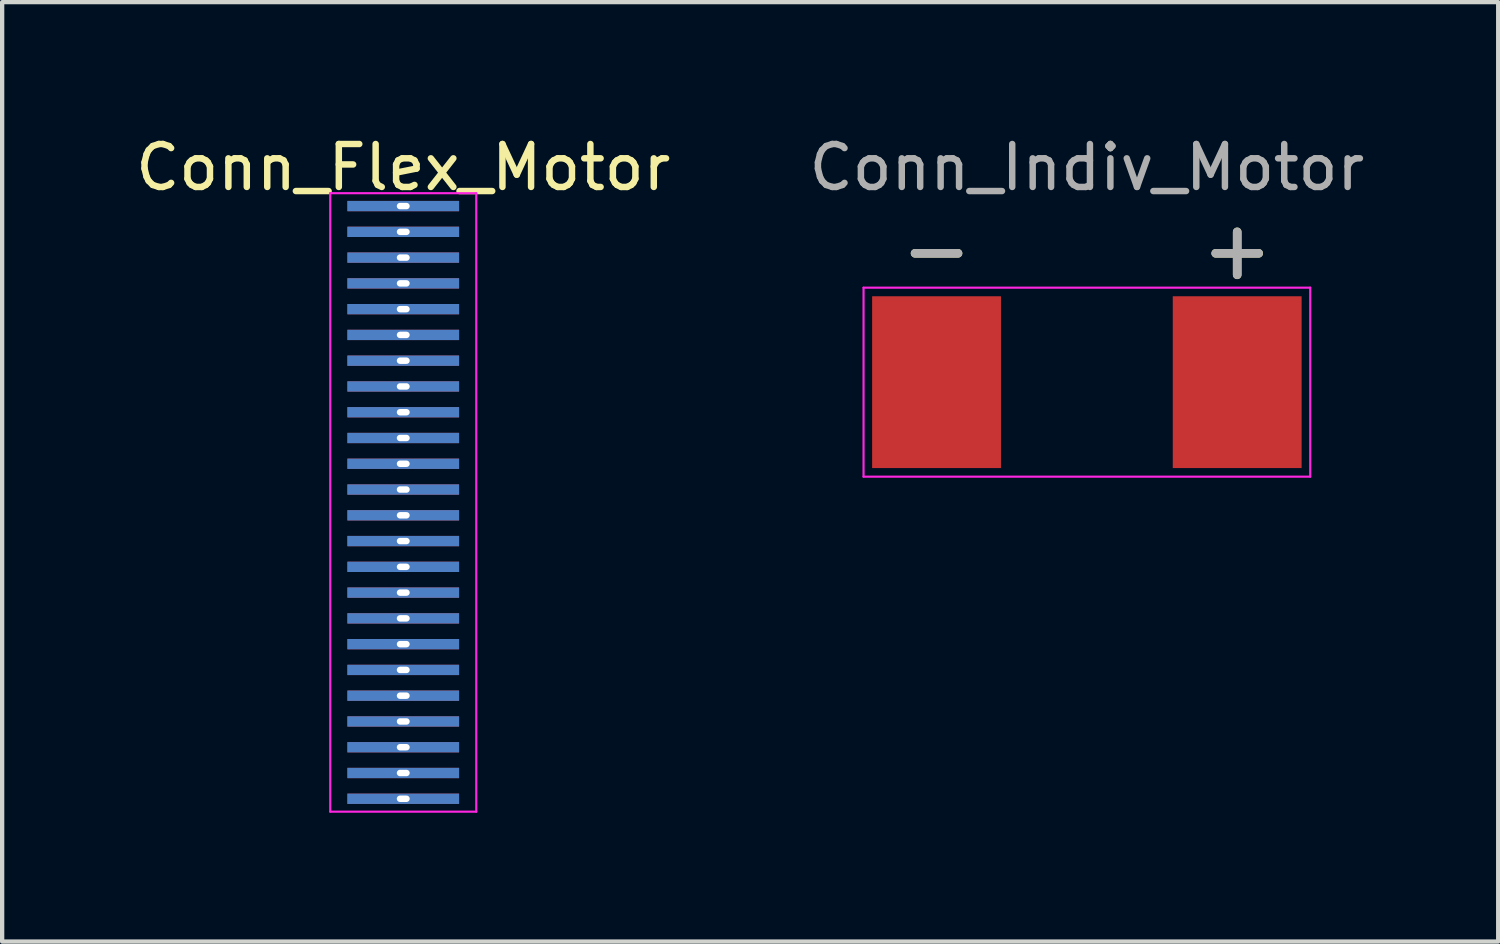
<source format=kicad_pcb>
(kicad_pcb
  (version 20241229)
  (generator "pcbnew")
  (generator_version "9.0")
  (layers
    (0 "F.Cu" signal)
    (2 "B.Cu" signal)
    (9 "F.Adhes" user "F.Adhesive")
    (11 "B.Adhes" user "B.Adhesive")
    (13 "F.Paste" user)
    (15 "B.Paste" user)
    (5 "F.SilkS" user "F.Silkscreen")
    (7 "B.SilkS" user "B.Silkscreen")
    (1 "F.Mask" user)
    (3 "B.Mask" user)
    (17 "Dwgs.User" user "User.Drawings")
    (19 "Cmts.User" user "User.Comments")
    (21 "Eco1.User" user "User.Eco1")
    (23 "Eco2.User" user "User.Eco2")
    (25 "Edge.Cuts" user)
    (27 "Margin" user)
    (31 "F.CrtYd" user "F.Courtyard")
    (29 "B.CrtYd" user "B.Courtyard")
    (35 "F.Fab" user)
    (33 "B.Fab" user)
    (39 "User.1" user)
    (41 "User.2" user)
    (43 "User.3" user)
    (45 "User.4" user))
  (footprint "Conn_Indiv_Motor"
    (layer "F.Cu")
    (at 22.256 5.848)
    (property "Reference" "Conn_Indiv_Motor" (at 0 -5 0) (layer "F.Fab") (effects (font (size 1 1) (thickness 0.15))))
    (attr through_hole)
    (fp_line (start -4 -3) (end -3 -3) (stroke (width 0.2) (type solid)) (layer "F.SilkS"))
    (fp_line (start 3 -3) (end 4 -3) (stroke (width 0.2) (type solid)) (layer "F.SilkS"))
    (fp_line (start 3.5 -2.5) (end 3.5 -3.5) (stroke (width 0.2) (type solid)) (layer "F.SilkS"))
    (fp_line (start -5.2 -2.2) (end 5.2 -2.2) (stroke (width 0.05) (type solid)) (layer "F.CrtYd"))
    (fp_line (start -5.2 2.2) (end -5.2 -2.2) (stroke (width 0.05) (type solid)) (layer "F.CrtYd"))
    (fp_line (start 5.2 -2.2) (end 5.2 2.2) (stroke (width 0.05) (type solid)) (layer "F.CrtYd"))
    (fp_line (start 5.2 2.2) (end -5.2 2.2) (stroke (width 0.05) (type solid)) (layer "F.CrtYd"))
    (fp_line (start -4 -3) (end -3 -3) (stroke (width 0.2) (type solid)) (layer "F.Fab"))
    (fp_line (start 3 -3) (end 4 -3) (stroke (width 0.2) (type solid)) (layer "F.Fab"))
    (fp_line (start 3.5 -2.5) (end 3.5 -3.5) (stroke (width 0.2) (type solid)) (layer "F.Fab"))
    (pad "1" smd rect (at 3.5 0) (size 3 4) (layers "F.Cu" "F.Mask"))
    (pad "2" smd rect (at -3.5 0) (size 3 4) (layers "F.Cu" "F.Mask")))
  (footprint "Conn_Flex_Motor"
    (layer "F.Cu")
    (at 6.339 8.648)
    (property "Reference" "Conn_Flex_Motor" (at 0 -7.8 0) (layer "F.SilkS") (effects (font (size 1 1) (thickness 0.15))))
    (attr through_hole)
    (fp_line (start -1.7 -7.2) (end 1.7 -7.2) (stroke (width 0.05) (type solid)) (layer "F.CrtYd"))
    (fp_line (start -1.7 7.2) (end -1.7 -7.2) (stroke (width 0.05) (type solid)) (layer "F.CrtYd"))
    (fp_line (start 1.7 -7.2) (end 1.7 7.2) (stroke (width 0.05) (type solid)) (layer "F.CrtYd"))
    (fp_line (start 1.7 7.2) (end -1.7 7.2) (stroke (width 0.05) (type solid)) (layer "F.CrtYd"))
    (pad "1" thru_hole rect (at 0 -6.9) (size 2.6 0.24) (drill oval 0.3 0.15) (layers "*.Cu" "*.Mask"))
    (pad "2" thru_hole rect (at 0 -6.3) (size 2.6 0.24) (drill oval 0.3 0.15) (layers "*.Cu" "*.Mask"))
    (pad "3" thru_hole rect (at 0 -5.7) (size 2.6 0.24) (drill oval 0.3 0.15) (layers "*.Cu" "*.Mask"))
    (pad "4" thru_hole rect (at 0 -5.1) (size 2.6 0.24) (drill oval 0.3 0.15) (layers "*.Cu" "*.Mask"))
    (pad "5" thru_hole rect (at 0 -4.5) (size 2.6 0.24) (drill oval 0.3 0.15) (layers "*.Cu" "*.Mask"))
    (pad "6" thru_hole rect (at 0 -3.9) (size 2.6 0.24) (drill oval 0.3 0.15) (layers "*.Cu" "*.Mask"))
    (pad "7" thru_hole rect (at 0 -3.3) (size 2.6 0.24) (drill oval 0.3 0.15) (layers "*.Cu" "*.Mask"))
    (pad "8" thru_hole rect (at 0 -2.7) (size 2.6 0.24) (drill oval 0.3 0.15) (layers "*.Cu" "*.Mask"))
    (pad "9" thru_hole rect (at 0 -2.1) (size 2.6 0.24) (drill oval 0.3 0.15) (layers "*.Cu" "*.Mask"))
    (pad "10" thru_hole rect (at 0 -1.5) (size 2.6 0.24) (drill oval 0.3 0.15) (layers "*.Cu" "*.Mask"))
    (pad "11" thru_hole rect (at 0 -0.9) (size 2.6 0.24) (drill oval 0.3 0.15) (layers "*.Cu" "*.Mask"))
    (pad "12" thru_hole rect (at 0 -0.3) (size 2.6 0.24) (drill oval 0.3 0.15) (layers "*.Cu" "*.Mask"))
    (pad "13" thru_hole rect (at 0 0.3) (size 2.6 0.24) (drill oval 0.3 0.15) (layers "*.Cu" "*.Mask"))
    (pad "14" thru_hole rect (at 0 0.9) (size 2.6 0.24) (drill oval 0.3 0.15) (layers "*.Cu" "*.Mask"))
    (pad "15" thru_hole rect (at 0 1.5) (size 2.6 0.24) (drill oval 0.3 0.15) (layers "*.Cu" "*.Mask"))
    (pad "16" thru_hole rect (at 0 2.1) (size 2.6 0.24) (drill oval 0.3 0.15) (layers "*.Cu" "*.Mask"))
    (pad "17" thru_hole rect (at 0 2.7) (size 2.6 0.24) (drill oval 0.3 0.15) (layers "*.Cu" "*.Mask"))
    (pad "18" thru_hole rect (at 0 3.3) (size 2.6 0.24) (drill oval 0.3 0.15) (layers "*.Cu" "*.Mask"))
    (pad "19" thru_hole rect (at 0 3.9) (size 2.6 0.24) (drill oval 0.3 0.15) (layers "*.Cu" "*.Mask"))
    (pad "20" thru_hole rect (at 0 4.5) (size 2.6 0.24) (drill oval 0.3 0.15) (layers "*.Cu" "*.Mask"))
    (pad "21" thru_hole rect (at 0 5.1) (size 2.6 0.24) (drill oval 0.3 0.15) (layers "*.Cu" "*.Mask"))
    (pad "22" thru_hole rect (at 0 5.7) (size 2.6 0.24) (drill oval 0.3 0.15) (layers "*.Cu" "*.Mask"))
    (pad "23" thru_hole rect (at 0 6.3) (size 2.6 0.24) (drill oval 0.3 0.15) (layers "*.Cu" "*.Mask"))
    (pad "24" thru_hole rect (at 0 6.9) (size 2.6 0.24) (drill oval 0.3 0.15) (layers "*.Cu" "*.Mask")))
  (gr_rect
    (start -3 -3)
    (end 31.833 18.873)
    (stroke (width 0.1) (type default))
    (fill no)
    (layer "Edge.Cuts")))
</source>
